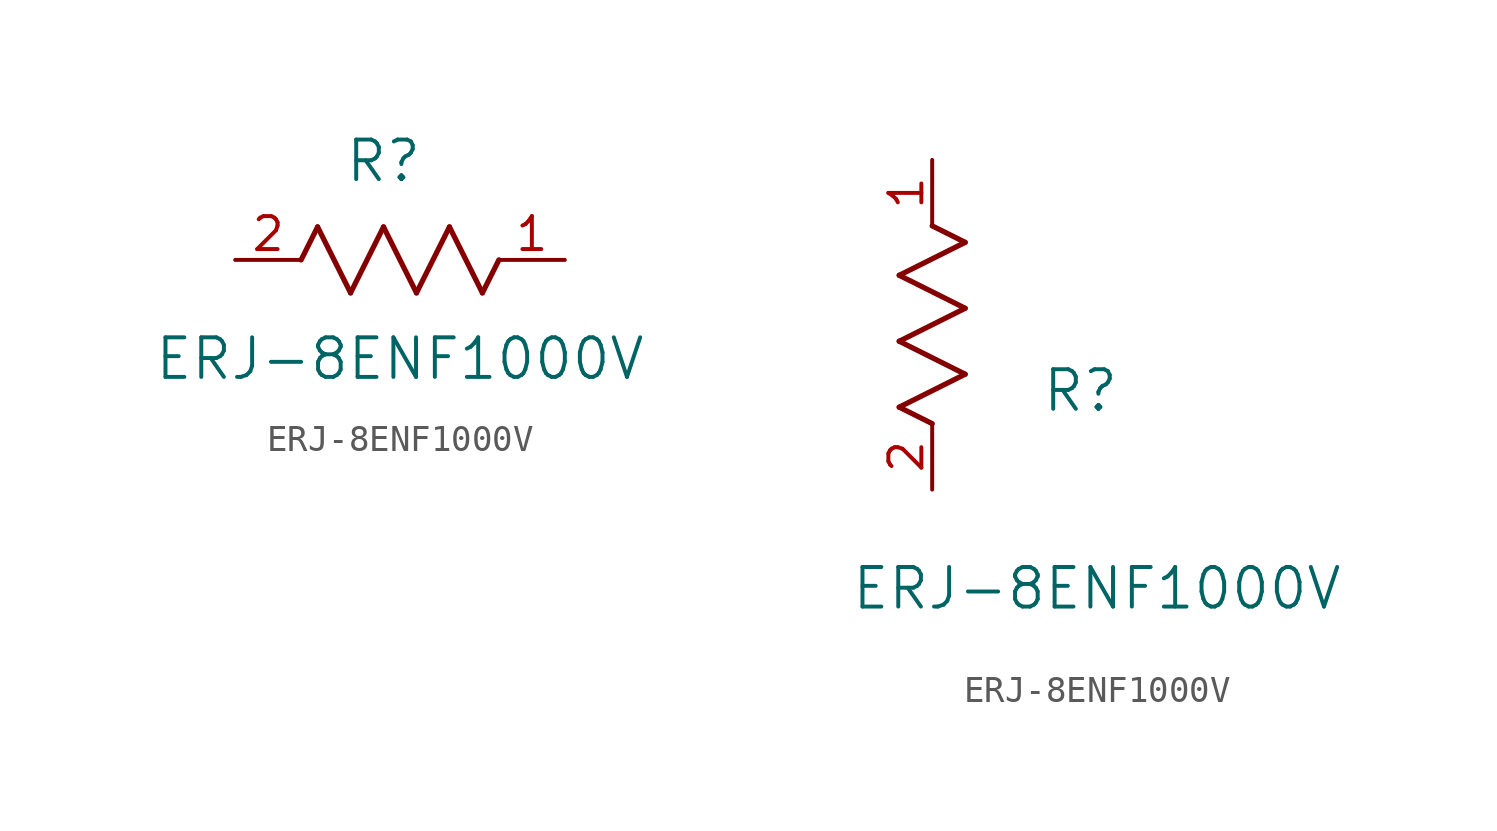
<source format=kicad_sym>
(kicad_symbol_lib
  (version 20211014)
  (generator kicad_symbol_editor)
  (symbol "ERJ-8ENF1000V"
    (pin_names
      (offset 0.254))
    (property "Reference" "R"
      (at 5.715 3.81 0)
      (effects (font (size 1.524 1.524))))
    (property "Value" "ERJ-8ENF1000V"
      (at 6.35 -3.81 0)
      (effects (font (size 1.524 1.524))))
    (symbol "ERJ-8ENF1000V_1_1"
      (polyline (pts (xy 3.175 1.27) (xy 4.445 -1.27)) (stroke (width 0.203) (type default) (color 0 0 0 0)) (fill (type none)))
      (polyline (pts (xy 4.445 -1.27) (xy 5.715 1.27)) (stroke (width 0.203) (type default) (color 0 0 0 0)) (fill (type none)))
      (polyline (pts (xy 5.715 1.27) (xy 6.985 -1.27)) (stroke (width 0.203) (type default) (color 0 0 0 0)) (fill (type none)))
      (polyline (pts (xy 6.985 -1.27) (xy 8.255 1.27)) (stroke (width 0.203) (type default) (color 0 0 0 0)) (fill (type none)))
      (polyline (pts (xy 8.255 1.27) (xy 9.525 -1.27)) (stroke (width 0.203) (type default) (color 0 0 0 0)) (fill (type none)))
      (polyline (pts (xy 2.54 0) (xy 3.175 1.27)) (stroke (width 0.203) (type default) (color 0 0 0 0)) (fill (type none)))
      (polyline (pts (xy 9.525 -1.27) (xy 10.16 0)) (stroke (width 0.203) (type default) (color 0 0 0 0)) (fill (type none)))
      (pin unspecified line (at 12.7 0 180) (length 2.54) (name "" (effects (font (size 1.27 1.27)))) (number "1" (effects (font (size 1.27 1.27)))))
      (pin unspecified line (at 0 0 0) (length 2.54) (name "" (effects (font (size 1.27 1.27)))) (number "2" (effects (font (size 1.27 1.27))))))
    (symbol "ERJ-8ENF1000V_1_2"
      (polyline (pts (xy 0 2.54) (xy -1.27 3.175)) (stroke (width 0.203) (type default) (color 0 0 0 0)) (fill (type none)))
      (polyline (pts (xy -1.27 3.175) (xy 1.27 4.445)) (stroke (width 0.203) (type default) (color 0 0 0 0)) (fill (type none)))
      (polyline (pts (xy 1.27 4.445) (xy -1.27 5.715)) (stroke (width 0.203) (type default) (color 0 0 0 0)) (fill (type none)))
      (polyline (pts (xy -1.27 5.715) (xy 1.27 6.985)) (stroke (width 0.203) (type default) (color 0 0 0 0)) (fill (type none)))
      (polyline (pts (xy -1.27 8.255) (xy 1.27 9.525)) (stroke (width 0.203) (type default) (color 0 0 0 0)) (fill (type none)))
      (polyline (pts (xy 1.27 9.525) (xy 0 10.16)) (stroke (width 0.203) (type default) (color 0 0 0 0)) (fill (type none)))
      (polyline (pts (xy 1.27 6.985) (xy -1.27 8.255)) (stroke (width 0.203) (type default) (color 0 0 0 0)) (fill (type none)))
      (pin unspecified line (at 0 12.7 270) (length 2.54) (name "" (effects (font (size 1.27 1.27)))) (number "1" (effects (font (size 1.27 1.27)))))
      (pin unspecified line (at 0 0 90) (length 2.54) (name "" (effects (font (size 1.27 1.27)))) (number "2" (effects (font (size 1.27 1.27))))))))
</source>
